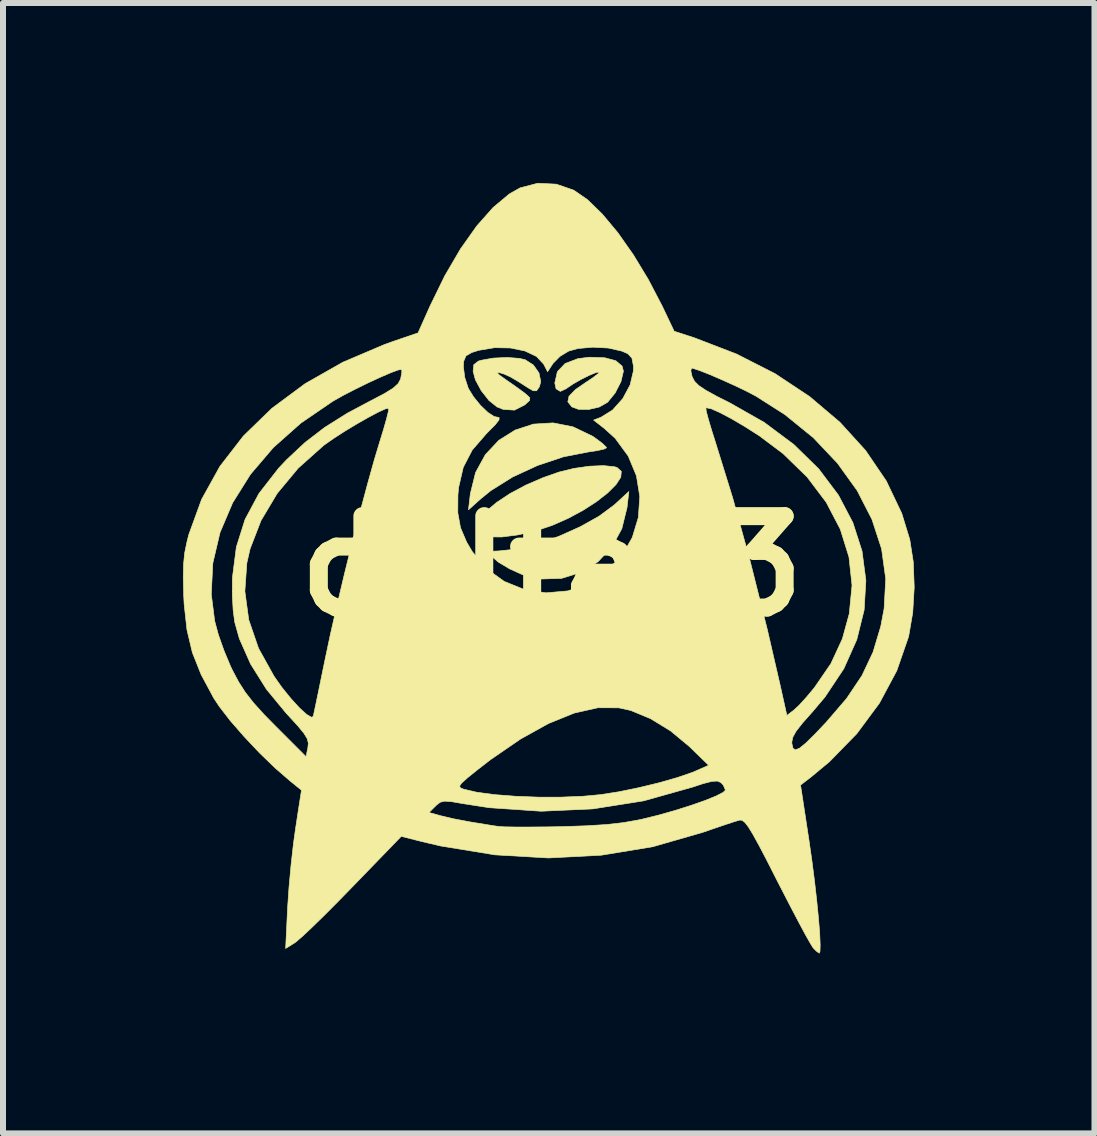
<source format=kicad_pcb>
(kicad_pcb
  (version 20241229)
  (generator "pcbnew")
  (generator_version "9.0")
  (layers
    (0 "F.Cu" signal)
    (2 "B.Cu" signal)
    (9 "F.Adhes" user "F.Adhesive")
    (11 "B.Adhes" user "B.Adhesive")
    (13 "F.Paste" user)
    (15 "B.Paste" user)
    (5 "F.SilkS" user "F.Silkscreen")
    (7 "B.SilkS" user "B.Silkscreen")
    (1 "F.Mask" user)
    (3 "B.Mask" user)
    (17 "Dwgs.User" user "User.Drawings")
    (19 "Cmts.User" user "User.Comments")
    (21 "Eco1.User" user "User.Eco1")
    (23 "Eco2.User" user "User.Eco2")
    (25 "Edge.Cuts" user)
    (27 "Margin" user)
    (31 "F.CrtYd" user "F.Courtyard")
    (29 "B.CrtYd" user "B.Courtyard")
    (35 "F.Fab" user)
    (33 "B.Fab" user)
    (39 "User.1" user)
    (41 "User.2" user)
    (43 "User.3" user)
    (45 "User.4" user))
  (footprint "delta 3"
    (layer "F.Cu")
    (at 6.148 6.389)
    (property "Reference" "delta 3" (at 0 0 0) (layer "F.SilkS") (effects (font (size 1.524 1.524) (thickness 0.3))))
    (attr through_hole)
    (fp_poly (pts (xy 0.354 -2.324) (xy 0.679 -2.168) (xy 0.723 -2.138) (xy 0.837 -2.053) (xy 0.905 -1.989) (xy 0.913 -1.973) (xy 0.868 -1.951) (xy 0.749 -1.925) (xy 0.613 -1.905) (xy 0.193 -1.823) (xy -0.24 -1.678) (xy -0.654 -1.486) (xy -1.017 -1.259) (xy -1.183 -1.124) (xy -1.388 -0.94) (xy -1.357 -1.208) (xy -1.27 -1.561) (xy -1.107 -1.859) (xy -0.883 -2.098) (xy -0.611 -2.269) (xy -0.305 -2.369) (xy 0.022 -2.389) (xy 0.354 -2.324)) (stroke (width 0.01) (type solid)) (fill yes) (layer "F.SilkS"))
    (fp_poly (pts (xy 1.255 -0.976) (xy 1.168 -0.624) (xy 1.002 -0.32) (xy 0.771 -0.074) (xy 0.487 0.103) (xy 0.164 0.203) (xy -0.184 0.214) (xy -0.297 0.197) (xy -0.493 0.139) (xy -0.703 0.044) (xy -0.891 -0.068) (xy -1.014 -0.175) (xy -1.044 -0.226) (xy -1.008 -0.249) (xy -0.888 -0.254) (xy -0.886 -0.254) (xy -0.591 -0.285) (xy -0.247 -0.37) (xy 0.118 -0.498) (xy 0.473 -0.657) (xy 0.791 -0.835) (xy 1.043 -1.022) (xy 1.055 -1.033) (xy 1.286 -1.245) (xy 1.255 -0.976)) (stroke (width 0.01) (type solid)) (fill yes) (layer "F.SilkS"))
    (fp_poly (pts (xy 1.046 -1.658) (xy 1.088 -1.646) (xy 1.16 -1.581) (xy 1.151 -1.483) (xy 1.072 -1.361) (xy 0.933 -1.222) (xy 0.746 -1.076) (xy 0.521 -0.931) (xy 0.27 -0.796) (xy 0.004 -0.679) (xy -0.257 -0.592) (xy -0.562 -0.522) (xy -0.834 -0.487) (xy -1.048 -0.489) (xy -1.118 -0.502) (xy -1.23 -0.565) (xy -1.258 -0.66) (xy -1.21 -0.779) (xy -1.094 -0.916) (xy -0.92 -1.062) (xy -0.697 -1.21) (xy -0.432 -1.352) (xy -0.135 -1.48) (xy 0.12 -1.569) (xy 0.369 -1.63) (xy 0.627 -1.667) (xy 0.864 -1.677) (xy 1.046 -1.658)) (stroke (width 0.01) (type solid)) (fill yes) (layer "F.SilkS"))
    (fp_poly (pts (xy 0.883 -3.475) (xy 1.068 -3.425) (xy 1.173 -3.336) (xy 1.195 -3.251) (xy 1.154 -3.077) (xy 1.058 -2.889) (xy 0.933 -2.735) (xy 0.931 -2.733) (xy 0.793 -2.654) (xy 0.617 -2.613) (xy 0.446 -2.615) (xy 0.335 -2.656) (xy 0.268 -2.74) (xy 0.288 -2.834) (xy 0.397 -2.946) (xy 0.558 -3.057) (xy 0.69 -3.145) (xy 0.775 -3.211) (xy 0.793 -3.237) (xy 0.739 -3.229) (xy 0.628 -3.183) (xy 0.49 -3.115) (xy 0.356 -3.038) (xy 0.255 -2.97) (xy 0.245 -2.961) (xy 0.143 -2.914) (xy 0.072 -2.957) (xy 0.051 -3.054) (xy 0.094 -3.243) (xy 0.223 -3.379) (xy 0.436 -3.46) (xy 0.628 -3.484) (xy 0.883 -3.475)) (stroke (width 0.01) (type solid)) (fill yes) (layer "F.SilkS"))
    (fp_poly (pts (xy -0.536 -3.464) (xy -0.443 -3.442) (xy -0.306 -3.354) (xy -0.213 -3.222) (xy -0.183 -3.078) (xy -0.205 -2.993) (xy -0.253 -2.924) (xy -0.31 -2.925) (xy -0.385 -2.968) (xy -0.567 -3.084) (xy -0.692 -3.157) (xy -0.786 -3.2) (xy -0.864 -3.225) (xy -0.911 -3.228) (xy -0.871 -3.185) (xy -0.762 -3.107) (xy -0.611 -3.002) (xy -0.481 -2.908) (xy -0.432 -2.87) (xy -0.365 -2.808) (xy -0.37 -2.762) (xy -0.449 -2.69) (xy -0.45 -2.689) (xy -0.621 -2.602) (xy -0.809 -2.614) (xy -0.912 -2.655) (xy -1.046 -2.762) (xy -1.175 -2.926) (xy -1.273 -3.108) (xy -1.311 -3.249) (xy -1.299 -3.36) (xy -1.224 -3.418) (xy -1.181 -3.432) (xy -0.976 -3.469) (xy -0.745 -3.48) (xy -0.536 -3.464)) (stroke (width 0.01) (type solid)) (fill yes) (layer "F.SilkS"))
    (fp_poly (pts (xy 0.076 -6.369) (xy 0.366 -6.269) (xy 0.593 -6.113) (xy 0.841 -5.872) (xy 1.101 -5.561) (xy 1.361 -5.191) (xy 1.612 -4.777) (xy 1.845 -4.33) (xy 1.858 -4.302) (xy 2.041 -3.917) (xy 2.379 -3.807) (xy 3.081 -3.537) (xy 3.723 -3.21) (xy 4.299 -2.828) (xy 4.805 -2.399) (xy 5.233 -1.928) (xy 5.578 -1.42) (xy 5.835 -0.881) (xy 5.969 -0.444) (xy 6.027 -0.072) (xy 6.043 0.349) (xy 6.018 0.774) (xy 5.952 1.159) (xy 5.946 1.183) (xy 5.752 1.743) (xy 5.463 2.283) (xy 5.086 2.792) (xy 4.628 3.261) (xy 4.322 3.515) (xy 4.148 3.649) (xy 4.288 4.567) (xy 4.337 4.909) (xy 4.381 5.25) (xy 4.418 5.576) (xy 4.447 5.87) (xy 4.467 6.119) (xy 4.475 6.309) (xy 4.472 6.423) (xy 4.46 6.452) (xy 4.412 6.418) (xy 4.358 6.363) (xy 4.314 6.293) (xy 4.231 6.147) (xy 4.119 5.938) (xy 3.984 5.681) (xy 3.834 5.39) (xy 3.757 5.241) (xy 3.587 4.906) (xy 3.454 4.652) (xy 3.353 4.469) (xy 3.277 4.345) (xy 3.22 4.272) (xy 3.175 4.237) (xy 3.136 4.232) (xy 3.128 4.234) (xy 3.037 4.261) (xy 2.877 4.314) (xy 2.671 4.384) (xy 2.515 4.438) (xy 1.684 4.677) (xy 0.826 4.818) (xy -0.054 4.864) (xy -0.948 4.812) (xy -1.853 4.664) (xy -2.156 4.593) (xy -2.509 4.504) (xy -3.325 5.347) (xy -3.566 5.594) (xy -3.792 5.821) (xy -3.991 6.015) (xy -4.15 6.165) (xy -4.258 6.259) (xy -4.288 6.281) (xy -4.436 6.373) (xy -4.403 5.688) (xy -4.38 5.354) (xy -4.346 4.981) (xy -4.305 4.618) (xy -4.27 4.369) (xy -4.23 4.106) (xy -2.046 4.106) (xy -1.848 4.161) (xy -1.637 4.211) (xy -1.344 4.266) (xy -0.987 4.324) (xy -0.889 4.338) (xy -0.789 4.345) (xy -0.607 4.348) (xy -0.365 4.348) (xy -0.081 4.346) (xy 0.152 4.342) (xy 0.57 4.328) (xy 0.909 4.307) (xy 1.193 4.275) (xy 1.442 4.231) (xy 1.499 4.219) (xy 1.776 4.151) (xy 2.056 4.072) (xy 2.321 3.988) (xy 2.555 3.906) (xy 2.74 3.831) (xy 2.859 3.77) (xy 2.896 3.732) (xy 2.86 3.65) (xy 2.821 3.608) (xy 2.763 3.582) (xy 2.67 3.587) (xy 2.522 3.625) (xy 2.353 3.681) (xy 1.532 3.912) (xy 0.685 4.046) (xy -0.176 4.085) (xy -1.042 4.026) (xy -1.488 3.957) (xy -1.672 3.925) (xy -1.787 3.917) (xy -1.859 3.935) (xy -1.92 3.981) (xy -1.939 4) (xy -2.046 4.106) (xy -4.23 4.106) (xy -4.172 3.734) (xy -4.256 3.666) (xy -1.537 3.666) (xy -1.521 3.696) (xy -1.47 3.717) (xy -1.252 3.768) (xy -0.956 3.808) (xy -0.607 3.835) (xy -0.228 3.85) (xy 0.157 3.85) (xy 0.524 3.835) (xy 0.814 3.808) (xy 1.117 3.761) (xy 1.453 3.692) (xy 1.792 3.61) (xy 2.102 3.521) (xy 2.351 3.435) (xy 2.405 3.412) (xy 2.616 3.319) (xy 2.294 3.006) (xy 1.982 2.747) (xy 1.648 2.542) (xy 1.317 2.405) (xy 1.117 2.361) (xy 0.768 2.36) (xy 0.377 2.448) (xy -0.055 2.623) (xy -0.521 2.882) (xy -1.019 3.224) (xy -1.241 3.396) (xy -1.407 3.53) (xy -1.502 3.615) (xy -1.537 3.666) (xy -4.256 3.666) (xy -4.359 3.583) (xy -4.606 3.369) (xy -4.869 3.115) (xy -5.126 2.843) (xy -5.358 2.577) (xy -5.544 2.336) (xy -5.634 2.2) (xy -5.845 1.807) (xy -5.991 1.44) (xy -6.081 1.062) (xy -6.128 0.636) (xy -6.136 0.48) (xy -6.136 0.467) (xy -5.676 0.467) (xy -5.619 0.914) (xy -5.557 1.144) (xy -5.462 1.412) (xy -5.354 1.67) (xy -5.327 1.727) (xy -5.221 1.927) (xy -5.109 2.102) (xy -4.974 2.275) (xy -4.797 2.471) (xy -4.605 2.666) (xy -4.096 3.175) (xy -4.065 3.023) (xy -4.058 2.949) (xy -4.076 2.876) (xy -4.131 2.786) (xy -4.233 2.662) (xy -4.394 2.486) (xy -4.427 2.451) (xy -4.756 2.052) (xy -5.02 1.631) (xy -5.207 1.21) (xy -5.285 0.932) (xy -5.311 0.735) (xy -5.325 0.482) (xy -5.325 0.418) (xy -5.116 0.418) (xy -5.051 0.895) (xy -4.888 1.369) (xy -4.63 1.834) (xy -4.5 2.019) (xy -4.346 2.209) (xy -4.204 2.364) (xy -4.086 2.471) (xy -4.006 2.518) (xy -3.977 2.506) (xy -3.963 2.444) (xy -3.933 2.301) (xy -3.889 2.091) (xy -3.836 1.832) (xy -3.783 1.575) (xy -3.69 1.136) (xy -3.579 0.648) (xy -3.457 0.133) (xy -3.328 -0.388) (xy -3.2 -0.889) (xy -1.566 -0.889) (xy -1.521 -0.641) (xy -1.418 -0.4) (xy -1.325 -0.243) (xy -1.088 0.041) (xy -0.791 0.254) (xy -0.455 0.39) (xy -0.095 0.444) (xy 0.269 0.412) (xy 0.592 0.301) (xy 0.916 0.093) (xy 1.167 -0.171) (xy 1.343 -0.479) (xy 1.444 -0.813) (xy 1.468 -1.161) (xy 1.412 -1.507) (xy 1.275 -1.836) (xy 1.057 -2.133) (xy 0.876 -2.297) (xy 0.698 -2.436) (xy 0.819 -2.482) (xy 1.015 -2.604) (xy 1.044 -2.637) (xy 2.57 -2.637) (xy 2.576 -2.583) (xy 2.61 -2.454) (xy 2.665 -2.269) (xy 2.724 -2.083) (xy 3.016 -1.141) (xy 3.304 -0.099) (xy 3.59 1.04) (xy 3.81 1.993) (xy 3.92 2.488) (xy 4.033 2.402) (xy 4.122 2.32) (xy 4.245 2.185) (xy 4.377 2.027) (xy 4.38 2.023) (xy 4.654 1.624) (xy 4.845 1.211) (xy 4.96 0.793) (xy 5.006 0.319) (xy 4.955 -0.153) (xy 4.81 -0.617) (xy 4.576 -1.065) (xy 4.257 -1.487) (xy 3.856 -1.877) (xy 3.463 -2.172) (xy 3.22 -2.327) (xy 2.994 -2.46) (xy 2.801 -2.562) (xy 2.657 -2.625) (xy 2.577 -2.641) (xy 2.57 -2.637) (xy 1.044 -2.637) (xy 1.185 -2.795) (xy 1.307 -3.023) (xy 1.362 -3.257) (xy 1.362 -3.261) (xy 2.318 -3.261) (xy 2.34 -3.161) (xy 2.343 -3.154) (xy 2.381 -3.082) (xy 2.452 -3.011) (xy 2.572 -2.931) (xy 2.757 -2.829) (xy 2.963 -2.726) (xy 3.541 -2.398) (xy 4.037 -2.028) (xy 4.451 -1.622) (xy 4.779 -1.186) (xy 5.02 -0.727) (xy 5.173 -0.251) (xy 5.237 0.237) (xy 5.208 0.73) (xy 5.086 1.223) (xy 4.87 1.708) (xy 4.556 2.18) (xy 4.35 2.424) (xy 4.181 2.614) (xy 4.074 2.751) (xy 4.018 2.852) (xy 4.002 2.934) (xy 4.004 2.959) (xy 4.022 3.035) (xy 4.061 3.062) (xy 4.13 3.035) (xy 4.238 2.947) (xy 4.394 2.793) (xy 4.577 2.6) (xy 4.916 2.205) (xy 5.172 1.823) (xy 5.357 1.431) (xy 5.485 1.004) (xy 5.541 0.708) (xy 5.568 0.212) (xy 5.499 -0.288) (xy 5.338 -0.781) (xy 5.092 -1.26) (xy 4.764 -1.716) (xy 4.361 -2.142) (xy 3.886 -2.528) (xy 3.404 -2.835) (xy 3.248 -2.917) (xy 3.054 -3.01) (xy 2.843 -3.105) (xy 2.642 -3.192) (xy 2.472 -3.259) (xy 2.359 -3.297) (xy 2.332 -3.302) (xy 2.318 -3.261) (xy 1.362 -3.261) (xy 1.362 -3.337) (xy 1.337 -3.468) (xy 1.269 -3.542) (xy 1.168 -3.586) (xy 0.944 -3.637) (xy 0.685 -3.651) (xy 0.437 -3.629) (xy 0.282 -3.586) (xy 0.137 -3.498) (xy 0.024 -3.383) (xy 0.02 -3.378) (xy -0.069 -3.242) (xy -0.135 -3.369) (xy -0.255 -3.497) (xy -0.447 -3.588) (xy -0.688 -3.638) (xy -0.952 -3.643) (xy -1.217 -3.599) (xy -1.333 -3.562) (xy -1.43 -3.506) (xy -1.468 -3.416) (xy -1.473 -3.324) (xy -1.45 -3.146) (xy -1.393 -2.971) (xy -1.392 -2.967) (xy -1.304 -2.824) (xy -1.187 -2.68) (xy -1.064 -2.563) (xy -0.961 -2.496) (xy -0.93 -2.489) (xy -0.877 -2.479) (xy -0.879 -2.439) (xy -0.942 -2.358) (xy -1.075 -2.224) (xy -1.088 -2.211) (xy -1.325 -1.937) (xy -1.475 -1.648) (xy -1.552 -1.315) (xy -1.564 -1.188) (xy -1.566 -0.889) (xy -3.2 -0.889) (xy -3.198 -0.894) (xy -3.073 -1.362) (xy -2.959 -1.77) (xy -2.873 -2.056) (xy -2.805 -2.277) (xy -2.753 -2.46) (xy -2.722 -2.586) (xy -2.718 -2.633) (xy -2.773 -2.623) (xy -2.893 -2.568) (xy -3.059 -2.48) (xy -3.252 -2.37) (xy -3.451 -2.25) (xy -3.638 -2.129) (xy -3.792 -2.021) (xy -3.806 -2.01) (xy -4.227 -1.634) (xy -4.577 -1.213) (xy -4.847 -0.76) (xy -5.029 -0.289) (xy -5.083 -0.053) (xy -5.116 0.418) (xy -5.325 0.418) (xy -5.324 0.22) (xy -5.322 0.181) (xy -5.258 -0.319) (xy -5.113 -0.779) (xy -4.881 -1.212) (xy -4.555 -1.631) (xy -4.42 -1.775) (xy -4.114 -2.061) (xy -3.786 -2.313) (xy -3.409 -2.55) (xy -3.016 -2.759) (xy -2.793 -2.876) (xy -2.647 -2.966) (xy -2.562 -3.042) (xy -2.522 -3.115) (xy -2.518 -3.128) (xy -2.499 -3.232) (xy -2.501 -3.28) (xy -2.557 -3.272) (xy -2.682 -3.226) (xy -2.856 -3.151) (xy -3.06 -3.057) (xy -3.272 -2.953) (xy -3.474 -2.849) (xy -3.644 -2.753) (xy -3.648 -2.751) (xy -4.183 -2.385) (xy -4.642 -1.977) (xy -5.022 -1.532) (xy -5.319 -1.058) (xy -5.53 -0.562) (xy -5.65 -0.051) (xy -5.676 0.467) (xy -6.136 0.467) (xy -6.143 0.188) (xy -6.138 -0.035) (xy -6.119 -0.223) (xy -6.081 -0.407) (xy -6.051 -0.526) (xy -5.837 -1.114) (xy -5.532 -1.664) (xy -5.14 -2.171) (xy -4.665 -2.632) (xy -4.111 -3.043) (xy -3.483 -3.4) (xy -2.783 -3.698) (xy -2.626 -3.754) (xy -2.229 -3.889) (xy -2.029 -4.337) (xy -1.783 -4.841) (xy -1.521 -5.289) (xy -1.25 -5.672) (xy -0.977 -5.98) (xy -0.708 -6.205) (xy -0.528 -6.307) (xy -0.234 -6.384) (xy 0.076 -6.369)) (stroke (width 0.01) (type solid)) (fill yes) (layer "F.SilkS")))
  (gr_rect
    (start -3 -3)
    (end 15.196 15.845)
    (stroke (width 0.1) (type default))
    (fill no)
    (layer "Edge.Cuts")))
</source>
